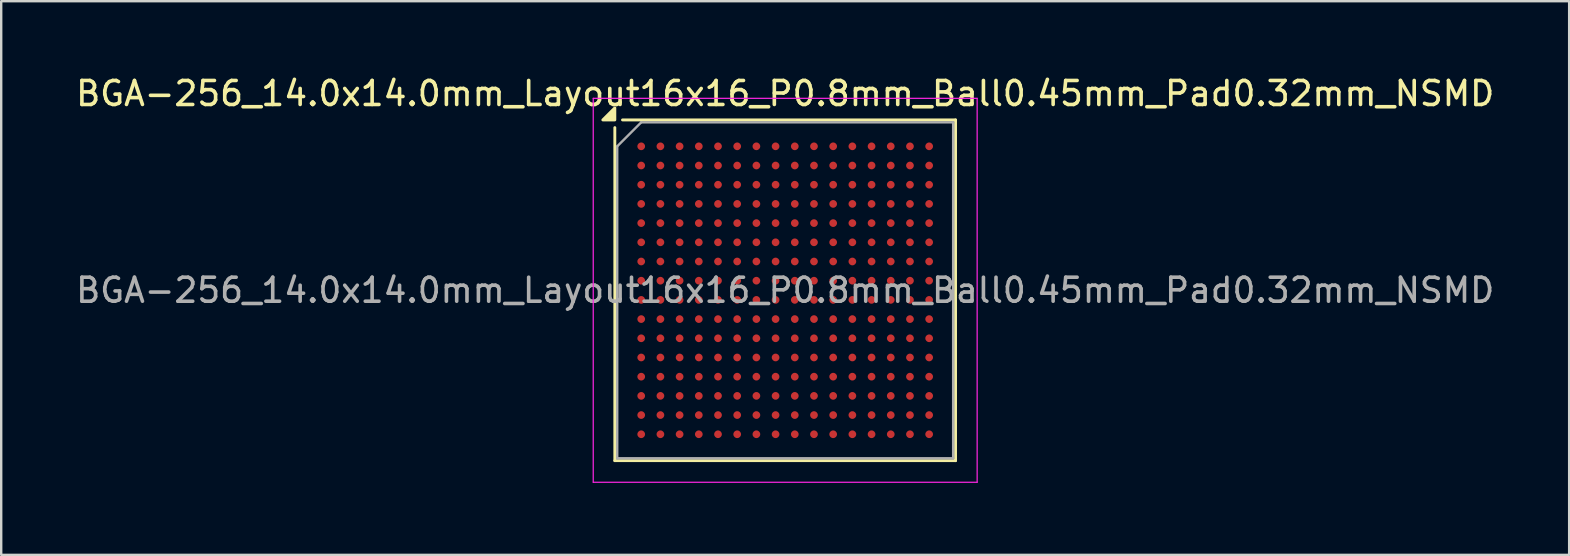
<source format=kicad_pcb>
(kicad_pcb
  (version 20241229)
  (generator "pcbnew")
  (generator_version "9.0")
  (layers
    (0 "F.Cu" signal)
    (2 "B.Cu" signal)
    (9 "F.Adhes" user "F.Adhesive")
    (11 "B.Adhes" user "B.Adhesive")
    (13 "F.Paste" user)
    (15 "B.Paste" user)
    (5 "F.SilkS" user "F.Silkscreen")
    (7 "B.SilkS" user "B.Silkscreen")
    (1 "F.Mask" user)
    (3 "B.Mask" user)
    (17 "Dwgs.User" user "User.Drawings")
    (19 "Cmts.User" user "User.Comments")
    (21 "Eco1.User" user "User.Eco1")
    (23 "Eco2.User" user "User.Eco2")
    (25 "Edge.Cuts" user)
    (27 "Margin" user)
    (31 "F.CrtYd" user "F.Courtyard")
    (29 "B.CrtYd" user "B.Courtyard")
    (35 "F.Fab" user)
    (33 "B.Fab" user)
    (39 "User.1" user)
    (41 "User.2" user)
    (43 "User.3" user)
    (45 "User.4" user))
  (footprint "BGA-256_14.0x14.0mm_Layout16x16_P0.8mm_Ball0.45mm_Pad0.32mm_NSMD"
    (layer "F.Cu")
    (at 29.673 9.048)
    (property "Reference" "BGA-256_14.0x14.0mm_Layout16x16_P0.8mm_Ball0.45mm_Pad0.32mm_NSMD" (at 0 -8.2 0) (layer "F.SilkS") (effects (font (size 1 1) (thickness 0.15))))
    (attr smd)
    (fp_line (start -7.1 -6.78) (end -7.1 7.1) (stroke (width 0.12) (type solid)) (layer "F.SilkS"))
    (fp_line (start -7.1 7.1) (end 7.1 7.1) (stroke (width 0.12) (type solid)) (layer "F.SilkS"))
    (fp_line (start 7.1 -7.1) (end -6.78 -7.1) (stroke (width 0.12) (type solid)) (layer "F.SilkS"))
    (fp_line (start 7.1 7.1) (end 7.1 -7.1) (stroke (width 0.12) (type solid)) (layer "F.SilkS"))
    (fp_poly (pts (xy -7.1 -7.1) (xy -7.6 -7.1) (xy -7.1 -7.6) (xy -7.1 -7.1)) (stroke (width 0.12) (type solid)) (fill yes) (layer "F.SilkS"))
    (fp_line (start -8 -8) (end -8 8) (stroke (width 0.05) (type solid)) (layer "F.CrtYd"))
    (fp_line (start -8 -8) (end 8 -8) (stroke (width 0.05) (type solid)) (layer "F.CrtYd"))
    (fp_line (start 8 8) (end -8 8) (stroke (width 0.05) (type solid)) (layer "F.CrtYd"))
    (fp_line (start 8 8) (end 8 -8) (stroke (width 0.05) (type solid)) (layer "F.CrtYd"))
    (fp_line (start -7 -6) (end -7 7) (stroke (width 0.1) (type solid)) (layer "F.Fab"))
    (fp_line (start -7 7) (end 7 7) (stroke (width 0.1) (type solid)) (layer "F.Fab"))
    (fp_line (start -6 -7) (end -7 -6) (stroke (width 0.1) (type solid)) (layer "F.Fab"))
    (fp_line (start 7 -7) (end -6 -7) (stroke (width 0.1) (type solid)) (layer "F.Fab"))
    (fp_line (start 7 7) (end 7 -7) (stroke (width 0.1) (type solid)) (layer "F.Fab"))
    (fp_text user "${REFERENCE}" (at 0 0 0) (layer "F.Fab") (effects (font (size 1 1) (thickness 0.15))))
    (pad "A1" smd circle (at -6 -6) (size 0.32 0.32) (property pad_prop_bga) (layers "F.Cu" "F.Mask" "F.Paste"))
    (pad "A2" smd circle (at -5.2 -6) (size 0.32 0.32) (property pad_prop_bga) (layers "F.Cu" "F.Mask" "F.Paste"))
    (pad "A3" smd circle (at -4.4 -6) (size 0.32 0.32) (property pad_prop_bga) (layers "F.Cu" "F.Mask" "F.Paste"))
    (pad "A4" smd circle (at -3.6 -6) (size 0.32 0.32) (property pad_prop_bga) (layers "F.Cu" "F.Mask" "F.Paste"))
    (pad "A5" smd circle (at -2.8 -6) (size 0.32 0.32) (property pad_prop_bga) (layers "F.Cu" "F.Mask" "F.Paste"))
    (pad "A6" smd circle (at -2 -6) (size 0.32 0.32) (property pad_prop_bga) (layers "F.Cu" "F.Mask" "F.Paste"))
    (pad "A7" smd circle (at -1.2 -6) (size 0.32 0.32) (property pad_prop_bga) (layers "F.Cu" "F.Mask" "F.Paste"))
    (pad "A8" smd circle (at -0.4 -6) (size 0.32 0.32) (property pad_prop_bga) (layers "F.Cu" "F.Mask" "F.Paste"))
    (pad "A9" smd circle (at 0.4 -6) (size 0.32 0.32) (property pad_prop_bga) (layers "F.Cu" "F.Mask" "F.Paste"))
    (pad "A10" smd circle (at 1.2 -6) (size 0.32 0.32) (property pad_prop_bga) (layers "F.Cu" "F.Mask" "F.Paste"))
    (pad "A11" smd circle (at 2 -6) (size 0.32 0.32) (property pad_prop_bga) (layers "F.Cu" "F.Mask" "F.Paste"))
    (pad "A12" smd circle (at 2.8 -6) (size 0.32 0.32) (property pad_prop_bga) (layers "F.Cu" "F.Mask" "F.Paste"))
    (pad "A13" smd circle (at 3.6 -6) (size 0.32 0.32) (property pad_prop_bga) (layers "F.Cu" "F.Mask" "F.Paste"))
    (pad "A14" smd circle (at 4.4 -6) (size 0.32 0.32) (property pad_prop_bga) (layers "F.Cu" "F.Mask" "F.Paste"))
    (pad "A15" smd circle (at 5.2 -6) (size 0.32 0.32) (property pad_prop_bga) (layers "F.Cu" "F.Mask" "F.Paste"))
    (pad "A16" smd circle (at 6 -6) (size 0.32 0.32) (property pad_prop_bga) (layers "F.Cu" "F.Mask" "F.Paste"))
    (pad "B1" smd circle (at -6 -5.2) (size 0.32 0.32) (property pad_prop_bga) (layers "F.Cu" "F.Mask" "F.Paste"))
    (pad "B2" smd circle (at -5.2 -5.2) (size 0.32 0.32) (property pad_prop_bga) (layers "F.Cu" "F.Mask" "F.Paste"))
    (pad "B3" smd circle (at -4.4 -5.2) (size 0.32 0.32) (property pad_prop_bga) (layers "F.Cu" "F.Mask" "F.Paste"))
    (pad "B4" smd circle (at -3.6 -5.2) (size 0.32 0.32) (property pad_prop_bga) (layers "F.Cu" "F.Mask" "F.Paste"))
    (pad "B5" smd circle (at -2.8 -5.2) (size 0.32 0.32) (property pad_prop_bga) (layers "F.Cu" "F.Mask" "F.Paste"))
    (pad "B6" smd circle (at -2 -5.2) (size 0.32 0.32) (property pad_prop_bga) (layers "F.Cu" "F.Mask" "F.Paste"))
    (pad "B7" smd circle (at -1.2 -5.2) (size 0.32 0.32) (property pad_prop_bga) (layers "F.Cu" "F.Mask" "F.Paste"))
    (pad "B8" smd circle (at -0.4 -5.2) (size 0.32 0.32) (property pad_prop_bga) (layers "F.Cu" "F.Mask" "F.Paste"))
    (pad "B9" smd circle (at 0.4 -5.2) (size 0.32 0.32) (property pad_prop_bga) (layers "F.Cu" "F.Mask" "F.Paste"))
    (pad "B10" smd circle (at 1.2 -5.2) (size 0.32 0.32) (property pad_prop_bga) (layers "F.Cu" "F.Mask" "F.Paste"))
    (pad "B11" smd circle (at 2 -5.2) (size 0.32 0.32) (property pad_prop_bga) (layers "F.Cu" "F.Mask" "F.Paste"))
    (pad "B12" smd circle (at 2.8 -5.2) (size 0.32 0.32) (property pad_prop_bga) (layers "F.Cu" "F.Mask" "F.Paste"))
    (pad "B13" smd circle (at 3.6 -5.2) (size 0.32 0.32) (property pad_prop_bga) (layers "F.Cu" "F.Mask" "F.Paste"))
    (pad "B14" smd circle (at 4.4 -5.2) (size 0.32 0.32) (property pad_prop_bga) (layers "F.Cu" "F.Mask" "F.Paste"))
    (pad "B15" smd circle (at 5.2 -5.2) (size 0.32 0.32) (property pad_prop_bga) (layers "F.Cu" "F.Mask" "F.Paste"))
    (pad "B16" smd circle (at 6 -5.2) (size 0.32 0.32) (property pad_prop_bga) (layers "F.Cu" "F.Mask" "F.Paste"))
    (pad "C1" smd circle (at -6 -4.4) (size 0.32 0.32) (property pad_prop_bga) (layers "F.Cu" "F.Mask" "F.Paste"))
    (pad "C2" smd circle (at -5.2 -4.4) (size 0.32 0.32) (property pad_prop_bga) (layers "F.Cu" "F.Mask" "F.Paste"))
    (pad "C3" smd circle (at -4.4 -4.4) (size 0.32 0.32) (property pad_prop_bga) (layers "F.Cu" "F.Mask" "F.Paste"))
    (pad "C4" smd circle (at -3.6 -4.4) (size 0.32 0.32) (property pad_prop_bga) (layers "F.Cu" "F.Mask" "F.Paste"))
    (pad "C5" smd circle (at -2.8 -4.4) (size 0.32 0.32) (property pad_prop_bga) (layers "F.Cu" "F.Mask" "F.Paste"))
    (pad "C6" smd circle (at -2 -4.4) (size 0.32 0.32) (property pad_prop_bga) (layers "F.Cu" "F.Mask" "F.Paste"))
    (pad "C7" smd circle (at -1.2 -4.4) (size 0.32 0.32) (property pad_prop_bga) (layers "F.Cu" "F.Mask" "F.Paste"))
    (pad "C8" smd circle (at -0.4 -4.4) (size 0.32 0.32) (property pad_prop_bga) (layers "F.Cu" "F.Mask" "F.Paste"))
    (pad "C9" smd circle (at 0.4 -4.4) (size 0.32 0.32) (property pad_prop_bga) (layers "F.Cu" "F.Mask" "F.Paste"))
    (pad "C10" smd circle (at 1.2 -4.4) (size 0.32 0.32) (property pad_prop_bga) (layers "F.Cu" "F.Mask" "F.Paste"))
    (pad "C11" smd circle (at 2 -4.4) (size 0.32 0.32) (property pad_prop_bga) (layers "F.Cu" "F.Mask" "F.Paste"))
    (pad "C12" smd circle (at 2.8 -4.4) (size 0.32 0.32) (property pad_prop_bga) (layers "F.Cu" "F.Mask" "F.Paste"))
    (pad "C13" smd circle (at 3.6 -4.4) (size 0.32 0.32) (property pad_prop_bga) (layers "F.Cu" "F.Mask" "F.Paste"))
    (pad "C14" smd circle (at 4.4 -4.4) (size 0.32 0.32) (property pad_prop_bga) (layers "F.Cu" "F.Mask" "F.Paste"))
    (pad "C15" smd circle (at 5.2 -4.4) (size 0.32 0.32) (property pad_prop_bga) (layers "F.Cu" "F.Mask" "F.Paste"))
    (pad "C16" smd circle (at 6 -4.4) (size 0.32 0.32) (property pad_prop_bga) (layers "F.Cu" "F.Mask" "F.Paste"))
    (pad "D1" smd circle (at -6 -3.6) (size 0.32 0.32) (property pad_prop_bga) (layers "F.Cu" "F.Mask" "F.Paste"))
    (pad "D2" smd circle (at -5.2 -3.6) (size 0.32 0.32) (property pad_prop_bga) (layers "F.Cu" "F.Mask" "F.Paste"))
    (pad "D3" smd circle (at -4.4 -3.6) (size 0.32 0.32) (property pad_prop_bga) (layers "F.Cu" "F.Mask" "F.Paste"))
    (pad "D4" smd circle (at -3.6 -3.6) (size 0.32 0.32) (property pad_prop_bga) (layers "F.Cu" "F.Mask" "F.Paste"))
    (pad "D5" smd circle (at -2.8 -3.6) (size 0.32 0.32) (property pad_prop_bga) (layers "F.Cu" "F.Mask" "F.Paste"))
    (pad "D6" smd circle (at -2 -3.6) (size 0.32 0.32) (property pad_prop_bga) (layers "F.Cu" "F.Mask" "F.Paste"))
    (pad "D7" smd circle (at -1.2 -3.6) (size 0.32 0.32) (property pad_prop_bga) (layers "F.Cu" "F.Mask" "F.Paste"))
    (pad "D8" smd circle (at -0.4 -3.6) (size 0.32 0.32) (property pad_prop_bga) (layers "F.Cu" "F.Mask" "F.Paste"))
    (pad "D9" smd circle (at 0.4 -3.6) (size 0.32 0.32) (property pad_prop_bga) (layers "F.Cu" "F.Mask" "F.Paste"))
    (pad "D10" smd circle (at 1.2 -3.6) (size 0.32 0.32) (property pad_prop_bga) (layers "F.Cu" "F.Mask" "F.Paste"))
    (pad "D11" smd circle (at 2 -3.6) (size 0.32 0.32) (property pad_prop_bga) (layers "F.Cu" "F.Mask" "F.Paste"))
    (pad "D12" smd circle (at 2.8 -3.6) (size 0.32 0.32) (property pad_prop_bga) (layers "F.Cu" "F.Mask" "F.Paste"))
    (pad "D13" smd circle (at 3.6 -3.6) (size 0.32 0.32) (property pad_prop_bga) (layers "F.Cu" "F.Mask" "F.Paste"))
    (pad "D14" smd circle (at 4.4 -3.6) (size 0.32 0.32) (property pad_prop_bga) (layers "F.Cu" "F.Mask" "F.Paste"))
    (pad "D15" smd circle (at 5.2 -3.6) (size 0.32 0.32) (property pad_prop_bga) (layers "F.Cu" "F.Mask" "F.Paste"))
    (pad "D16" smd circle (at 6 -3.6) (size 0.32 0.32) (property pad_prop_bga) (layers "F.Cu" "F.Mask" "F.Paste"))
    (pad "E1" smd circle (at -6 -2.8) (size 0.32 0.32) (property pad_prop_bga) (layers "F.Cu" "F.Mask" "F.Paste"))
    (pad "E2" smd circle (at -5.2 -2.8) (size 0.32 0.32) (property pad_prop_bga) (layers "F.Cu" "F.Mask" "F.Paste"))
    (pad "E3" smd circle (at -4.4 -2.8) (size 0.32 0.32) (property pad_prop_bga) (layers "F.Cu" "F.Mask" "F.Paste"))
    (pad "E4" smd circle (at -3.6 -2.8) (size 0.32 0.32) (property pad_prop_bga) (layers "F.Cu" "F.Mask" "F.Paste"))
    (pad "E5" smd circle (at -2.8 -2.8) (size 0.32 0.32) (property pad_prop_bga) (layers "F.Cu" "F.Mask" "F.Paste"))
    (pad "E6" smd circle (at -2 -2.8) (size 0.32 0.32) (property pad_prop_bga) (layers "F.Cu" "F.Mask" "F.Paste"))
    (pad "E7" smd circle (at -1.2 -2.8) (size 0.32 0.32) (property pad_prop_bga) (layers "F.Cu" "F.Mask" "F.Paste"))
    (pad "E8" smd circle (at -0.4 -2.8) (size 0.32 0.32) (property pad_prop_bga) (layers "F.Cu" "F.Mask" "F.Paste"))
    (pad "E9" smd circle (at 0.4 -2.8) (size 0.32 0.32) (property pad_prop_bga) (layers "F.Cu" "F.Mask" "F.Paste"))
    (pad "E10" smd circle (at 1.2 -2.8) (size 0.32 0.32) (property pad_prop_bga) (layers "F.Cu" "F.Mask" "F.Paste"))
    (pad "E11" smd circle (at 2 -2.8) (size 0.32 0.32) (property pad_prop_bga) (layers "F.Cu" "F.Mask" "F.Paste"))
    (pad "E12" smd circle (at 2.8 -2.8) (size 0.32 0.32) (property pad_prop_bga) (layers "F.Cu" "F.Mask" "F.Paste"))
    (pad "E13" smd circle (at 3.6 -2.8) (size 0.32 0.32) (property pad_prop_bga) (layers "F.Cu" "F.Mask" "F.Paste"))
    (pad "E14" smd circle (at 4.4 -2.8) (size 0.32 0.32) (property pad_prop_bga) (layers "F.Cu" "F.Mask" "F.Paste"))
    (pad "E15" smd circle (at 5.2 -2.8) (size 0.32 0.32) (property pad_prop_bga) (layers "F.Cu" "F.Mask" "F.Paste"))
    (pad "E16" smd circle (at 6 -2.8) (size 0.32 0.32) (property pad_prop_bga) (layers "F.Cu" "F.Mask" "F.Paste"))
    (pad "F1" smd circle (at -6 -2) (size 0.32 0.32) (property pad_prop_bga) (layers "F.Cu" "F.Mask" "F.Paste"))
    (pad "F2" smd circle (at -5.2 -2) (size 0.32 0.32) (property pad_prop_bga) (layers "F.Cu" "F.Mask" "F.Paste"))
    (pad "F3" smd circle (at -4.4 -2) (size 0.32 0.32) (property pad_prop_bga) (layers "F.Cu" "F.Mask" "F.Paste"))
    (pad "F4" smd circle (at -3.6 -2) (size 0.32 0.32) (property pad_prop_bga) (layers "F.Cu" "F.Mask" "F.Paste"))
    (pad "F5" smd circle (at -2.8 -2) (size 0.32 0.32) (property pad_prop_bga) (layers "F.Cu" "F.Mask" "F.Paste"))
    (pad "F6" smd circle (at -2 -2) (size 0.32 0.32) (property pad_prop_bga) (layers "F.Cu" "F.Mask" "F.Paste"))
    (pad "F7" smd circle (at -1.2 -2) (size 0.32 0.32) (property pad_prop_bga) (layers "F.Cu" "F.Mask" "F.Paste"))
    (pad "F8" smd circle (at -0.4 -2) (size 0.32 0.32) (property pad_prop_bga) (layers "F.Cu" "F.Mask" "F.Paste"))
    (pad "F9" smd circle (at 0.4 -2) (size 0.32 0.32) (property pad_prop_bga) (layers "F.Cu" "F.Mask" "F.Paste"))
    (pad "F10" smd circle (at 1.2 -2) (size 0.32 0.32) (property pad_prop_bga) (layers "F.Cu" "F.Mask" "F.Paste"))
    (pad "F11" smd circle (at 2 -2) (size 0.32 0.32) (property pad_prop_bga) (layers "F.Cu" "F.Mask" "F.Paste"))
    (pad "F12" smd circle (at 2.8 -2) (size 0.32 0.32) (property pad_prop_bga) (layers "F.Cu" "F.Mask" "F.Paste"))
    (pad "F13" smd circle (at 3.6 -2) (size 0.32 0.32) (property pad_prop_bga) (layers "F.Cu" "F.Mask" "F.Paste"))
    (pad "F14" smd circle (at 4.4 -2) (size 0.32 0.32) (property pad_prop_bga) (layers "F.Cu" "F.Mask" "F.Paste"))
    (pad "F15" smd circle (at 5.2 -2) (size 0.32 0.32) (property pad_prop_bga) (layers "F.Cu" "F.Mask" "F.Paste"))
    (pad "F16" smd circle (at 6 -2) (size 0.32 0.32) (property pad_prop_bga) (layers "F.Cu" "F.Mask" "F.Paste"))
    (pad "G1" smd circle (at -6 -1.2) (size 0.32 0.32) (property pad_prop_bga) (layers "F.Cu" "F.Mask" "F.Paste"))
    (pad "G2" smd circle (at -5.2 -1.2) (size 0.32 0.32) (property pad_prop_bga) (layers "F.Cu" "F.Mask" "F.Paste"))
    (pad "G3" smd circle (at -4.4 -1.2) (size 0.32 0.32) (property pad_prop_bga) (layers "F.Cu" "F.Mask" "F.Paste"))
    (pad "G4" smd circle (at -3.6 -1.2) (size 0.32 0.32) (property pad_prop_bga) (layers "F.Cu" "F.Mask" "F.Paste"))
    (pad "G5" smd circle (at -2.8 -1.2) (size 0.32 0.32) (property pad_prop_bga) (layers "F.Cu" "F.Mask" "F.Paste"))
    (pad "G6" smd circle (at -2 -1.2) (size 0.32 0.32) (property pad_prop_bga) (layers "F.Cu" "F.Mask" "F.Paste"))
    (pad "G7" smd circle (at -1.2 -1.2) (size 0.32 0.32) (property pad_prop_bga) (layers "F.Cu" "F.Mask" "F.Paste"))
    (pad "G8" smd circle (at -0.4 -1.2) (size 0.32 0.32) (property pad_prop_bga) (layers "F.Cu" "F.Mask" "F.Paste"))
    (pad "G9" smd circle (at 0.4 -1.2) (size 0.32 0.32) (property pad_prop_bga) (layers "F.Cu" "F.Mask" "F.Paste"))
    (pad "G10" smd circle (at 1.2 -1.2) (size 0.32 0.32) (property pad_prop_bga) (layers "F.Cu" "F.Mask" "F.Paste"))
    (pad "G11" smd circle (at 2 -1.2) (size 0.32 0.32) (property pad_prop_bga) (layers "F.Cu" "F.Mask" "F.Paste"))
    (pad "G12" smd circle (at 2.8 -1.2) (size 0.32 0.32) (property pad_prop_bga) (layers "F.Cu" "F.Mask" "F.Paste"))
    (pad "G13" smd circle (at 3.6 -1.2) (size 0.32 0.32) (property pad_prop_bga) (layers "F.Cu" "F.Mask" "F.Paste"))
    (pad "G14" smd circle (at 4.4 -1.2) (size 0.32 0.32) (property pad_prop_bga) (layers "F.Cu" "F.Mask" "F.Paste"))
    (pad "G15" smd circle (at 5.2 -1.2) (size 0.32 0.32) (property pad_prop_bga) (layers "F.Cu" "F.Mask" "F.Paste"))
    (pad "G16" smd circle (at 6 -1.2) (size 0.32 0.32) (property pad_prop_bga) (layers "F.Cu" "F.Mask" "F.Paste"))
    (pad "H1" smd circle (at -6 -0.4) (size 0.32 0.32) (property pad_prop_bga) (layers "F.Cu" "F.Mask" "F.Paste"))
    (pad "H2" smd circle (at -5.2 -0.4) (size 0.32 0.32) (property pad_prop_bga) (layers "F.Cu" "F.Mask" "F.Paste"))
    (pad "H3" smd circle (at -4.4 -0.4) (size 0.32 0.32) (property pad_prop_bga) (layers "F.Cu" "F.Mask" "F.Paste"))
    (pad "H4" smd circle (at -3.6 -0.4) (size 0.32 0.32) (property pad_prop_bga) (layers "F.Cu" "F.Mask" "F.Paste"))
    (pad "H5" smd circle (at -2.8 -0.4) (size 0.32 0.32) (property pad_prop_bga) (layers "F.Cu" "F.Mask" "F.Paste"))
    (pad "H6" smd circle (at -2 -0.4) (size 0.32 0.32) (property pad_prop_bga) (layers "F.Cu" "F.Mask" "F.Paste"))
    (pad "H7" smd circle (at -1.2 -0.4) (size 0.32 0.32) (property pad_prop_bga) (layers "F.Cu" "F.Mask" "F.Paste"))
    (pad "H8" smd circle (at -0.4 -0.4) (size 0.32 0.32) (property pad_prop_bga) (layers "F.Cu" "F.Mask" "F.Paste"))
    (pad "H9" smd circle (at 0.4 -0.4) (size 0.32 0.32) (property pad_prop_bga) (layers "F.Cu" "F.Mask" "F.Paste"))
    (pad "H10" smd circle (at 1.2 -0.4) (size 0.32 0.32) (property pad_prop_bga) (layers "F.Cu" "F.Mask" "F.Paste"))
    (pad "H11" smd circle (at 2 -0.4) (size 0.32 0.32) (property pad_prop_bga) (layers "F.Cu" "F.Mask" "F.Paste"))
    (pad "H12" smd circle (at 2.8 -0.4) (size 0.32 0.32) (property pad_prop_bga) (layers "F.Cu" "F.Mask" "F.Paste"))
    (pad "H13" smd circle (at 3.6 -0.4) (size 0.32 0.32) (property pad_prop_bga) (layers "F.Cu" "F.Mask" "F.Paste"))
    (pad "H14" smd circle (at 4.4 -0.4) (size 0.32 0.32) (property pad_prop_bga) (layers "F.Cu" "F.Mask" "F.Paste"))
    (pad "H15" smd circle (at 5.2 -0.4) (size 0.32 0.32) (property pad_prop_bga) (layers "F.Cu" "F.Mask" "F.Paste"))
    (pad "H16" smd circle (at 6 -0.4) (size 0.32 0.32) (property pad_prop_bga) (layers "F.Cu" "F.Mask" "F.Paste"))
    (pad "J1" smd circle (at -6 0.4) (size 0.32 0.32) (property pad_prop_bga) (layers "F.Cu" "F.Mask" "F.Paste"))
    (pad "J2" smd circle (at -5.2 0.4) (size 0.32 0.32) (property pad_prop_bga) (layers "F.Cu" "F.Mask" "F.Paste"))
    (pad "J3" smd circle (at -4.4 0.4) (size 0.32 0.32) (property pad_prop_bga) (layers "F.Cu" "F.Mask" "F.Paste"))
    (pad "J4" smd circle (at -3.6 0.4) (size 0.32 0.32) (property pad_prop_bga) (layers "F.Cu" "F.Mask" "F.Paste"))
    (pad "J5" smd circle (at -2.8 0.4) (size 0.32 0.32) (property pad_prop_bga) (layers "F.Cu" "F.Mask" "F.Paste"))
    (pad "J6" smd circle (at -2 0.4) (size 0.32 0.32) (property pad_prop_bga) (layers "F.Cu" "F.Mask" "F.Paste"))
    (pad "J7" smd circle (at -1.2 0.4) (size 0.32 0.32) (property pad_prop_bga) (layers "F.Cu" "F.Mask" "F.Paste"))
    (pad "J8" smd circle (at -0.4 0.4) (size 0.32 0.32) (property pad_prop_bga) (layers "F.Cu" "F.Mask" "F.Paste"))
    (pad "J9" smd circle (at 0.4 0.4) (size 0.32 0.32) (property pad_prop_bga) (layers "F.Cu" "F.Mask" "F.Paste"))
    (pad "J10" smd circle (at 1.2 0.4) (size 0.32 0.32) (property pad_prop_bga) (layers "F.Cu" "F.Mask" "F.Paste"))
    (pad "J11" smd circle (at 2 0.4) (size 0.32 0.32) (property pad_prop_bga) (layers "F.Cu" "F.Mask" "F.Paste"))
    (pad "J12" smd circle (at 2.8 0.4) (size 0.32 0.32) (property pad_prop_bga) (layers "F.Cu" "F.Mask" "F.Paste"))
    (pad "J13" smd circle (at 3.6 0.4) (size 0.32 0.32) (property pad_prop_bga) (layers "F.Cu" "F.Mask" "F.Paste"))
    (pad "J14" smd circle (at 4.4 0.4) (size 0.32 0.32) (property pad_prop_bga) (layers "F.Cu" "F.Mask" "F.Paste"))
    (pad "J15" smd circle (at 5.2 0.4) (size 0.32 0.32) (property pad_prop_bga) (layers "F.Cu" "F.Mask" "F.Paste"))
    (pad "J16" smd circle (at 6 0.4) (size 0.32 0.32) (property pad_prop_bga) (layers "F.Cu" "F.Mask" "F.Paste"))
    (pad "K1" smd circle (at -6 1.2) (size 0.32 0.32) (property pad_prop_bga) (layers "F.Cu" "F.Mask" "F.Paste"))
    (pad "K2" smd circle (at -5.2 1.2) (size 0.32 0.32) (property pad_prop_bga) (layers "F.Cu" "F.Mask" "F.Paste"))
    (pad "K3" smd circle (at -4.4 1.2) (size 0.32 0.32) (property pad_prop_bga) (layers "F.Cu" "F.Mask" "F.Paste"))
    (pad "K4" smd circle (at -3.6 1.2) (size 0.32 0.32) (property pad_prop_bga) (layers "F.Cu" "F.Mask" "F.Paste"))
    (pad "K5" smd circle (at -2.8 1.2) (size 0.32 0.32) (property pad_prop_bga) (layers "F.Cu" "F.Mask" "F.Paste"))
    (pad "K6" smd circle (at -2 1.2) (size 0.32 0.32) (property pad_prop_bga) (layers "F.Cu" "F.Mask" "F.Paste"))
    (pad "K7" smd circle (at -1.2 1.2) (size 0.32 0.32) (property pad_prop_bga) (layers "F.Cu" "F.Mask" "F.Paste"))
    (pad "K8" smd circle (at -0.4 1.2) (size 0.32 0.32) (property pad_prop_bga) (layers "F.Cu" "F.Mask" "F.Paste"))
    (pad "K9" smd circle (at 0.4 1.2) (size 0.32 0.32) (property pad_prop_bga) (layers "F.Cu" "F.Mask" "F.Paste"))
    (pad "K10" smd circle (at 1.2 1.2) (size 0.32 0.32) (property pad_prop_bga) (layers "F.Cu" "F.Mask" "F.Paste"))
    (pad "K11" smd circle (at 2 1.2) (size 0.32 0.32) (property pad_prop_bga) (layers "F.Cu" "F.Mask" "F.Paste"))
    (pad "K12" smd circle (at 2.8 1.2) (size 0.32 0.32) (property pad_prop_bga) (layers "F.Cu" "F.Mask" "F.Paste"))
    (pad "K13" smd circle (at 3.6 1.2) (size 0.32 0.32) (property pad_prop_bga) (layers "F.Cu" "F.Mask" "F.Paste"))
    (pad "K14" smd circle (at 4.4 1.2) (size 0.32 0.32) (property pad_prop_bga) (layers "F.Cu" "F.Mask" "F.Paste"))
    (pad "K15" smd circle (at 5.2 1.2) (size 0.32 0.32) (property pad_prop_bga) (layers "F.Cu" "F.Mask" "F.Paste"))
    (pad "K16" smd circle (at 6 1.2) (size 0.32 0.32) (property pad_prop_bga) (layers "F.Cu" "F.Mask" "F.Paste"))
    (pad "L1" smd circle (at -6 2) (size 0.32 0.32) (property pad_prop_bga) (layers "F.Cu" "F.Mask" "F.Paste"))
    (pad "L2" smd circle (at -5.2 2) (size 0.32 0.32) (property pad_prop_bga) (layers "F.Cu" "F.Mask" "F.Paste"))
    (pad "L3" smd circle (at -4.4 2) (size 0.32 0.32) (property pad_prop_bga) (layers "F.Cu" "F.Mask" "F.Paste"))
    (pad "L4" smd circle (at -3.6 2) (size 0.32 0.32) (property pad_prop_bga) (layers "F.Cu" "F.Mask" "F.Paste"))
    (pad "L5" smd circle (at -2.8 2) (size 0.32 0.32) (property pad_prop_bga) (layers "F.Cu" "F.Mask" "F.Paste"))
    (pad "L6" smd circle (at -2 2) (size 0.32 0.32) (property pad_prop_bga) (layers "F.Cu" "F.Mask" "F.Paste"))
    (pad "L7" smd circle (at -1.2 2) (size 0.32 0.32) (property pad_prop_bga) (layers "F.Cu" "F.Mask" "F.Paste"))
    (pad "L8" smd circle (at -0.4 2) (size 0.32 0.32) (property pad_prop_bga) (layers "F.Cu" "F.Mask" "F.Paste"))
    (pad "L9" smd circle (at 0.4 2) (size 0.32 0.32) (property pad_prop_bga) (layers "F.Cu" "F.Mask" "F.Paste"))
    (pad "L10" smd circle (at 1.2 2) (size 0.32 0.32) (property pad_prop_bga) (layers "F.Cu" "F.Mask" "F.Paste"))
    (pad "L11" smd circle (at 2 2) (size 0.32 0.32) (property pad_prop_bga) (layers "F.Cu" "F.Mask" "F.Paste"))
    (pad "L12" smd circle (at 2.8 2) (size 0.32 0.32) (property pad_prop_bga) (layers "F.Cu" "F.Mask" "F.Paste"))
    (pad "L13" smd circle (at 3.6 2) (size 0.32 0.32) (property pad_prop_bga) (layers "F.Cu" "F.Mask" "F.Paste"))
    (pad "L14" smd circle (at 4.4 2) (size 0.32 0.32) (property pad_prop_bga) (layers "F.Cu" "F.Mask" "F.Paste"))
    (pad "L15" smd circle (at 5.2 2) (size 0.32 0.32) (property pad_prop_bga) (layers "F.Cu" "F.Mask" "F.Paste"))
    (pad "L16" smd circle (at 6 2) (size 0.32 0.32) (property pad_prop_bga) (layers "F.Cu" "F.Mask" "F.Paste"))
    (pad "M1" smd circle (at -6 2.8) (size 0.32 0.32) (property pad_prop_bga) (layers "F.Cu" "F.Mask" "F.Paste"))
    (pad "M2" smd circle (at -5.2 2.8) (size 0.32 0.32) (property pad_prop_bga) (layers "F.Cu" "F.Mask" "F.Paste"))
    (pad "M3" smd circle (at -4.4 2.8) (size 0.32 0.32) (property pad_prop_bga) (layers "F.Cu" "F.Mask" "F.Paste"))
    (pad "M4" smd circle (at -3.6 2.8) (size 0.32 0.32) (property pad_prop_bga) (layers "F.Cu" "F.Mask" "F.Paste"))
    (pad "M5" smd circle (at -2.8 2.8) (size 0.32 0.32) (property pad_prop_bga) (layers "F.Cu" "F.Mask" "F.Paste"))
    (pad "M6" smd circle (at -2 2.8) (size 0.32 0.32) (property pad_prop_bga) (layers "F.Cu" "F.Mask" "F.Paste"))
    (pad "M7" smd circle (at -1.2 2.8) (size 0.32 0.32) (property pad_prop_bga) (layers "F.Cu" "F.Mask" "F.Paste"))
    (pad "M8" smd circle (at -0.4 2.8) (size 0.32 0.32) (property pad_prop_bga) (layers "F.Cu" "F.Mask" "F.Paste"))
    (pad "M9" smd circle (at 0.4 2.8) (size 0.32 0.32) (property pad_prop_bga) (layers "F.Cu" "F.Mask" "F.Paste"))
    (pad "M10" smd circle (at 1.2 2.8) (size 0.32 0.32) (property pad_prop_bga) (layers "F.Cu" "F.Mask" "F.Paste"))
    (pad "M11" smd circle (at 2 2.8) (size 0.32 0.32) (property pad_prop_bga) (layers "F.Cu" "F.Mask" "F.Paste"))
    (pad "M12" smd circle (at 2.8 2.8) (size 0.32 0.32) (property pad_prop_bga) (layers "F.Cu" "F.Mask" "F.Paste"))
    (pad "M13" smd circle (at 3.6 2.8) (size 0.32 0.32) (property pad_prop_bga) (layers "F.Cu" "F.Mask" "F.Paste"))
    (pad "M14" smd circle (at 4.4 2.8) (size 0.32 0.32) (property pad_prop_bga) (layers "F.Cu" "F.Mask" "F.Paste"))
    (pad "M15" smd circle (at 5.2 2.8) (size 0.32 0.32) (property pad_prop_bga) (layers "F.Cu" "F.Mask" "F.Paste"))
    (pad "M16" smd circle (at 6 2.8) (size 0.32 0.32) (property pad_prop_bga) (layers "F.Cu" "F.Mask" "F.Paste"))
    (pad "N1" smd circle (at -6 3.6) (size 0.32 0.32) (property pad_prop_bga) (layers "F.Cu" "F.Mask" "F.Paste"))
    (pad "N2" smd circle (at -5.2 3.6) (size 0.32 0.32) (property pad_prop_bga) (layers "F.Cu" "F.Mask" "F.Paste"))
    (pad "N3" smd circle (at -4.4 3.6) (size 0.32 0.32) (property pad_prop_bga) (layers "F.Cu" "F.Mask" "F.Paste"))
    (pad "N4" smd circle (at -3.6 3.6) (size 0.32 0.32) (property pad_prop_bga) (layers "F.Cu" "F.Mask" "F.Paste"))
    (pad "N5" smd circle (at -2.8 3.6) (size 0.32 0.32) (property pad_prop_bga) (layers "F.Cu" "F.Mask" "F.Paste"))
    (pad "N6" smd circle (at -2 3.6) (size 0.32 0.32) (property pad_prop_bga) (layers "F.Cu" "F.Mask" "F.Paste"))
    (pad "N7" smd circle (at -1.2 3.6) (size 0.32 0.32) (property pad_prop_bga) (layers "F.Cu" "F.Mask" "F.Paste"))
    (pad "N8" smd circle (at -0.4 3.6) (size 0.32 0.32) (property pad_prop_bga) (layers "F.Cu" "F.Mask" "F.Paste"))
    (pad "N9" smd circle (at 0.4 3.6) (size 0.32 0.32) (property pad_prop_bga) (layers "F.Cu" "F.Mask" "F.Paste"))
    (pad "N10" smd circle (at 1.2 3.6) (size 0.32 0.32) (property pad_prop_bga) (layers "F.Cu" "F.Mask" "F.Paste"))
    (pad "N11" smd circle (at 2 3.6) (size 0.32 0.32) (property pad_prop_bga) (layers "F.Cu" "F.Mask" "F.Paste"))
    (pad "N12" smd circle (at 2.8 3.6) (size 0.32 0.32) (property pad_prop_bga) (layers "F.Cu" "F.Mask" "F.Paste"))
    (pad "N13" smd circle (at 3.6 3.6) (size 0.32 0.32) (property pad_prop_bga) (layers "F.Cu" "F.Mask" "F.Paste"))
    (pad "N14" smd circle (at 4.4 3.6) (size 0.32 0.32) (property pad_prop_bga) (layers "F.Cu" "F.Mask" "F.Paste"))
    (pad "N15" smd circle (at 5.2 3.6) (size 0.32 0.32) (property pad_prop_bga) (layers "F.Cu" "F.Mask" "F.Paste"))
    (pad "N16" smd circle (at 6 3.6) (size 0.32 0.32) (property pad_prop_bga) (layers "F.Cu" "F.Mask" "F.Paste"))
    (pad "P1" smd circle (at -6 4.4) (size 0.32 0.32) (property pad_prop_bga) (layers "F.Cu" "F.Mask" "F.Paste"))
    (pad "P2" smd circle (at -5.2 4.4) (size 0.32 0.32) (property pad_prop_bga) (layers "F.Cu" "F.Mask" "F.Paste"))
    (pad "P3" smd circle (at -4.4 4.4) (size 0.32 0.32) (property pad_prop_bga) (layers "F.Cu" "F.Mask" "F.Paste"))
    (pad "P4" smd circle (at -3.6 4.4) (size 0.32 0.32) (property pad_prop_bga) (layers "F.Cu" "F.Mask" "F.Paste"))
    (pad "P5" smd circle (at -2.8 4.4) (size 0.32 0.32) (property pad_prop_bga) (layers "F.Cu" "F.Mask" "F.Paste"))
    (pad "P6" smd circle (at -2 4.4) (size 0.32 0.32) (property pad_prop_bga) (layers "F.Cu" "F.Mask" "F.Paste"))
    (pad "P7" smd circle (at -1.2 4.4) (size 0.32 0.32) (property pad_prop_bga) (layers "F.Cu" "F.Mask" "F.Paste"))
    (pad "P8" smd circle (at -0.4 4.4) (size 0.32 0.32) (property pad_prop_bga) (layers "F.Cu" "F.Mask" "F.Paste"))
    (pad "P9" smd circle (at 0.4 4.4) (size 0.32 0.32) (property pad_prop_bga) (layers "F.Cu" "F.Mask" "F.Paste"))
    (pad "P10" smd circle (at 1.2 4.4) (size 0.32 0.32) (property pad_prop_bga) (layers "F.Cu" "F.Mask" "F.Paste"))
    (pad "P11" smd circle (at 2 4.4) (size 0.32 0.32) (property pad_prop_bga) (layers "F.Cu" "F.Mask" "F.Paste"))
    (pad "P12" smd circle (at 2.8 4.4) (size 0.32 0.32) (property pad_prop_bga) (layers "F.Cu" "F.Mask" "F.Paste"))
    (pad "P13" smd circle (at 3.6 4.4) (size 0.32 0.32) (property pad_prop_bga) (layers "F.Cu" "F.Mask" "F.Paste"))
    (pad "P14" smd circle (at 4.4 4.4) (size 0.32 0.32) (property pad_prop_bga) (layers "F.Cu" "F.Mask" "F.Paste"))
    (pad "P15" smd circle (at 5.2 4.4) (size 0.32 0.32) (property pad_prop_bga) (layers "F.Cu" "F.Mask" "F.Paste"))
    (pad "P16" smd circle (at 6 4.4) (size 0.32 0.32) (property pad_prop_bga) (layers "F.Cu" "F.Mask" "F.Paste"))
    (pad "R1" smd circle (at -6 5.2) (size 0.32 0.32) (property pad_prop_bga) (layers "F.Cu" "F.Mask" "F.Paste"))
    (pad "R2" smd circle (at -5.2 5.2) (size 0.32 0.32) (property pad_prop_bga) (layers "F.Cu" "F.Mask" "F.Paste"))
    (pad "R3" smd circle (at -4.4 5.2) (size 0.32 0.32) (property pad_prop_bga) (layers "F.Cu" "F.Mask" "F.Paste"))
    (pad "R4" smd circle (at -3.6 5.2) (size 0.32 0.32) (property pad_prop_bga) (layers "F.Cu" "F.Mask" "F.Paste"))
    (pad "R5" smd circle (at -2.8 5.2) (size 0.32 0.32) (property pad_prop_bga) (layers "F.Cu" "F.Mask" "F.Paste"))
    (pad "R6" smd circle (at -2 5.2) (size 0.32 0.32) (property pad_prop_bga) (layers "F.Cu" "F.Mask" "F.Paste"))
    (pad "R7" smd circle (at -1.2 5.2) (size 0.32 0.32) (property pad_prop_bga) (layers "F.Cu" "F.Mask" "F.Paste"))
    (pad "R8" smd circle (at -0.4 5.2) (size 0.32 0.32) (property pad_prop_bga) (layers "F.Cu" "F.Mask" "F.Paste"))
    (pad "R9" smd circle (at 0.4 5.2) (size 0.32 0.32) (property pad_prop_bga) (layers "F.Cu" "F.Mask" "F.Paste"))
    (pad "R10" smd circle (at 1.2 5.2) (size 0.32 0.32) (property pad_prop_bga) (layers "F.Cu" "F.Mask" "F.Paste"))
    (pad "R11" smd circle (at 2 5.2) (size 0.32 0.32) (property pad_prop_bga) (layers "F.Cu" "F.Mask" "F.Paste"))
    (pad "R12" smd circle (at 2.8 5.2) (size 0.32 0.32) (property pad_prop_bga) (layers "F.Cu" "F.Mask" "F.Paste"))
    (pad "R13" smd circle (at 3.6 5.2) (size 0.32 0.32) (property pad_prop_bga) (layers "F.Cu" "F.Mask" "F.Paste"))
    (pad "R14" smd circle (at 4.4 5.2) (size 0.32 0.32) (property pad_prop_bga) (layers "F.Cu" "F.Mask" "F.Paste"))
    (pad "R15" smd circle (at 5.2 5.2) (size 0.32 0.32) (property pad_prop_bga) (layers "F.Cu" "F.Mask" "F.Paste"))
    (pad "R16" smd circle (at 6 5.2) (size 0.32 0.32) (property pad_prop_bga) (layers "F.Cu" "F.Mask" "F.Paste"))
    (pad "T1" smd circle (at -6 6) (size 0.32 0.32) (property pad_prop_bga) (layers "F.Cu" "F.Mask" "F.Paste"))
    (pad "T2" smd circle (at -5.2 6) (size 0.32 0.32) (property pad_prop_bga) (layers "F.Cu" "F.Mask" "F.Paste"))
    (pad "T3" smd circle (at -4.4 6) (size 0.32 0.32) (property pad_prop_bga) (layers "F.Cu" "F.Mask" "F.Paste"))
    (pad "T4" smd circle (at -3.6 6) (size 0.32 0.32) (property pad_prop_bga) (layers "F.Cu" "F.Mask" "F.Paste"))
    (pad "T5" smd circle (at -2.8 6) (size 0.32 0.32) (property pad_prop_bga) (layers "F.Cu" "F.Mask" "F.Paste"))
    (pad "T6" smd circle (at -2 6) (size 0.32 0.32) (property pad_prop_bga) (layers "F.Cu" "F.Mask" "F.Paste"))
    (pad "T7" smd circle (at -1.2 6) (size 0.32 0.32) (property pad_prop_bga) (layers "F.Cu" "F.Mask" "F.Paste"))
    (pad "T8" smd circle (at -0.4 6) (size 0.32 0.32) (property pad_prop_bga) (layers "F.Cu" "F.Mask" "F.Paste"))
    (pad "T9" smd circle (at 0.4 6) (size 0.32 0.32) (property pad_prop_bga) (layers "F.Cu" "F.Mask" "F.Paste"))
    (pad "T10" smd circle (at 1.2 6) (size 0.32 0.32) (property pad_prop_bga) (layers "F.Cu" "F.Mask" "F.Paste"))
    (pad "T11" smd circle (at 2 6) (size 0.32 0.32) (property pad_prop_bga) (layers "F.Cu" "F.Mask" "F.Paste"))
    (pad "T12" smd circle (at 2.8 6) (size 0.32 0.32) (property pad_prop_bga) (layers "F.Cu" "F.Mask" "F.Paste"))
    (pad "T13" smd circle (at 3.6 6) (size 0.32 0.32) (property pad_prop_bga) (layers "F.Cu" "F.Mask" "F.Paste"))
    (pad "T14" smd circle (at 4.4 6) (size 0.32 0.32) (property pad_prop_bga) (layers "F.Cu" "F.Mask" "F.Paste"))
    (pad "T15" smd circle (at 5.2 6) (size 0.32 0.32) (property pad_prop_bga) (layers "F.Cu" "F.Mask" "F.Paste"))
    (pad "T16" smd circle (at 6 6) (size 0.32 0.32) (property pad_prop_bga) (layers "F.Cu" "F.Mask" "F.Paste")))
  (gr_rect
    (start -3 -3)
    (end 62.345 20.073)
    (stroke (width 0.1) (type default))
    (fill no)
    (layer "Edge.Cuts")))
</source>
